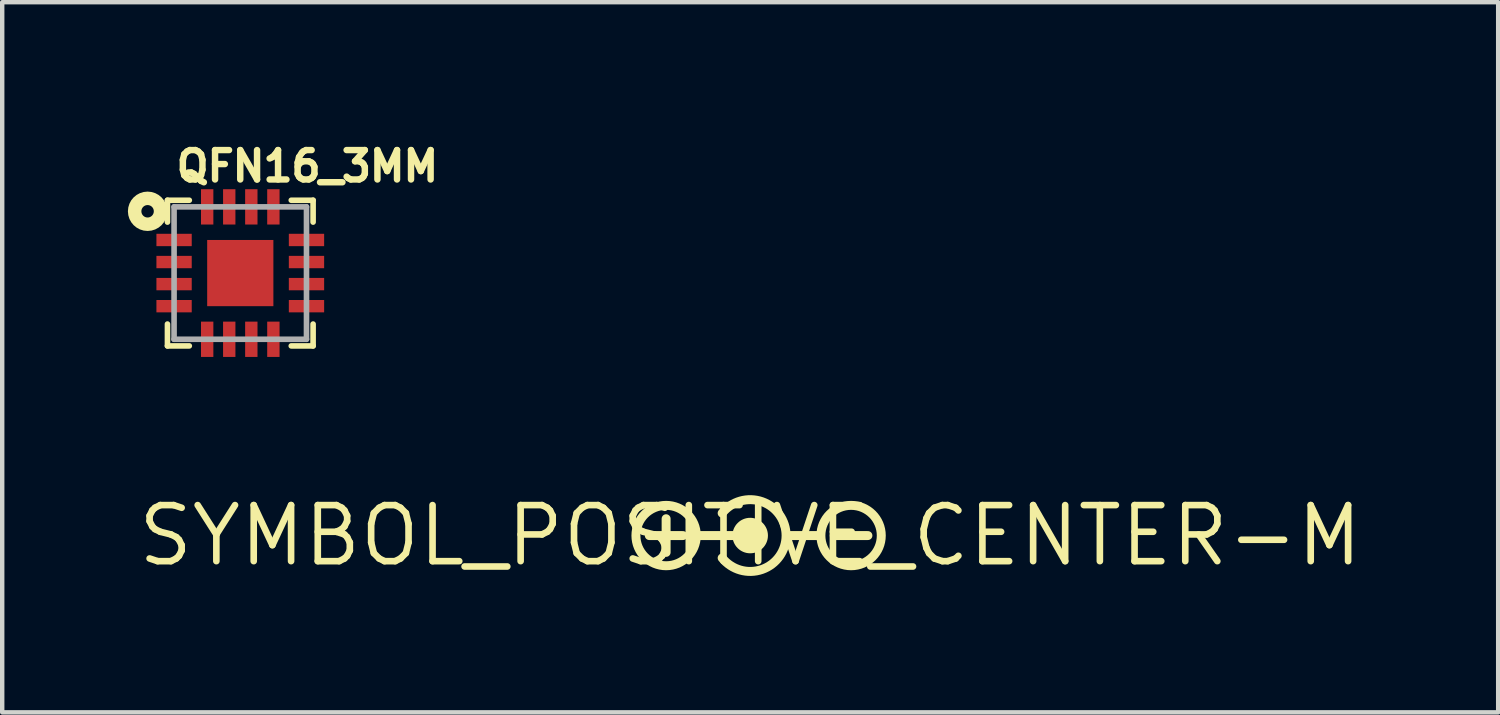
<source format=kicad_pcb>
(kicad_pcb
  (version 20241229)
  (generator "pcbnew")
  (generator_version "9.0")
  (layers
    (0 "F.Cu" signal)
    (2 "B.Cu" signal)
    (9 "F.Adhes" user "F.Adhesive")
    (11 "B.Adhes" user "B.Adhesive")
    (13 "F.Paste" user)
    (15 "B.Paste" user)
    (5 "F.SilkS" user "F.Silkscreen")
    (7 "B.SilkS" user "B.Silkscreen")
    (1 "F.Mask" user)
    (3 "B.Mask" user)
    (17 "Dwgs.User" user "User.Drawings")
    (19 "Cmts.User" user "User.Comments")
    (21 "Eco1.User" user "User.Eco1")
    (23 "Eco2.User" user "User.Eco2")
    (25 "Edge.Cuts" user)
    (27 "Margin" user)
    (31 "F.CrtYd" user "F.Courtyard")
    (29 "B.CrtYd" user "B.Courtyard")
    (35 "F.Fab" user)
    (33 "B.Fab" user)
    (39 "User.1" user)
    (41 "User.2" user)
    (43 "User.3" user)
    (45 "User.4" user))
  (footprint "SYMBOL_POSITIVE_CENTER-M"
    (layer "F.Cu")
    (at 13.947 9.084)
    (property "Reference" "SYMBOL_POSITIVE_CENTER-M" (at 0 0 0) (layer "F.SilkS") (effects (font (size 1.27 1.27) (thickness 0.15))))
    (fp_line (start -2.286 0) (end -1.524 0) (stroke (width 0.203) (type solid)) (layer "F.SilkS"))
    (fp_line (start -1.905 -0.381) (end -1.905 0.381) (stroke (width 0.203) (type solid)) (layer "F.SilkS"))
    (fp_line (start 0 0) (end -1.143 0) (stroke (width 0.203) (type solid)) (layer "F.SilkS"))
    (fp_line (start 0.889 0) (end 1.524 0) (stroke (width 0.203) (type solid)) (layer "F.SilkS"))
    (fp_line (start 1.905 0) (end 2.667 0) (stroke (width 0.203) (type solid)) (layer "F.SilkS"))
    (fp_arc (start -0.635 -0.508) (mid 0.813197 0) (end -0.635 0.508) (stroke (width 0.2032) (type solid)) (layer "F.SilkS"))
    (fp_circle (center -1.905 0) (end -1.221 0) (stroke (width 0.203) (type solid)) (fill no) (layer "F.SilkS"))
    (fp_circle (center 0 0) (end 0.201 0) (stroke (width 0.402) (type solid)) (fill yes) (layer "F.SilkS"))
    (fp_circle (center 2.286 0) (end 2.97 0) (stroke (width 0.203) (type solid)) (fill no) (layer "F.SilkS")))
  (footprint "QFN16_3MM"
    (layer "F.Cu")
    (at 2.394 3.137)
    (property "Reference" "QFN16_3MM" (at -1.524 -2.032 0) (layer "F.SilkS") (effects (font (size 0.666 0.666) (thickness 0.146)) (justify left bottom)))
    (fp_poly (pts (xy -1.94 -0.575) (xy -1.06 -0.575) (xy -1.06 -0.925) (xy -1.94 -0.925)) (stroke (width 0) (type default)) (fill yes) (layer "F.Mask"))
    (fp_poly (pts (xy -1.94 -0.075) (xy -1.06 -0.075) (xy -1.06 -0.425) (xy -1.94 -0.425)) (stroke (width 0) (type default)) (fill yes) (layer "F.Mask"))
    (fp_poly (pts (xy -1.94 0.425) (xy -1.06 0.425) (xy -1.06 0.075) (xy -1.94 0.075)) (stroke (width 0) (type default)) (fill yes) (layer "F.Mask"))
    (fp_poly (pts (xy -1.94 0.925) (xy -1.06 0.925) (xy -1.06 0.575) (xy -1.94 0.575)) (stroke (width 0) (type default)) (fill yes) (layer "F.Mask"))
    (fp_poly (pts (xy -0.925 -1.94) (xy -0.925 -1.06) (xy -0.575 -1.06) (xy -0.575 -1.94)) (stroke (width 0) (type default)) (fill yes) (layer "F.Mask"))
    (fp_poly (pts (xy -0.575 1.94) (xy -0.575 1.06) (xy -0.925 1.06) (xy -0.925 1.94)) (stroke (width 0) (type default)) (fill yes) (layer "F.Mask"))
    (fp_poly (pts (xy -0.425 -1.94) (xy -0.425 -1.06) (xy -0.075 -1.06) (xy -0.075 -1.94)) (stroke (width 0) (type default)) (fill yes) (layer "F.Mask"))
    (fp_poly (pts (xy -0.075 1.94) (xy -0.075 1.06) (xy -0.425 1.06) (xy -0.425 1.94)) (stroke (width 0) (type default)) (fill yes) (layer "F.Mask"))
    (fp_poly (pts (xy 0.075 -1.94) (xy 0.075 -1.06) (xy 0.425 -1.06) (xy 0.425 -1.94)) (stroke (width 0) (type default)) (fill yes) (layer "F.Mask"))
    (fp_poly (pts (xy 0.425 1.94) (xy 0.425 1.06) (xy 0.075 1.06) (xy 0.075 1.94)) (stroke (width 0) (type default)) (fill yes) (layer "F.Mask"))
    (fp_poly (pts (xy 0.575 -1.94) (xy 0.575 -1.06) (xy 0.925 -1.06) (xy 0.925 -1.94)) (stroke (width 0) (type default)) (fill yes) (layer "F.Mask"))
    (fp_poly (pts (xy 0.925 1.94) (xy 0.925 1.06) (xy 0.575 1.06) (xy 0.575 1.94)) (stroke (width 0) (type default)) (fill yes) (layer "F.Mask"))
    (fp_poly (pts (xy 1.94 -0.925) (xy 1.06 -0.925) (xy 1.06 -0.575) (xy 1.94 -0.575)) (stroke (width 0) (type default)) (fill yes) (layer "F.Mask"))
    (fp_poly (pts (xy 1.94 -0.425) (xy 1.06 -0.425) (xy 1.06 -0.075) (xy 1.94 -0.075)) (stroke (width 0) (type default)) (fill yes) (layer "F.Mask"))
    (fp_poly (pts (xy 1.94 0.075) (xy 1.06 0.075) (xy 1.06 0.425) (xy 1.94 0.425)) (stroke (width 0) (type default)) (fill yes) (layer "F.Mask"))
    (fp_poly (pts (xy 1.94 0.575) (xy 1.06 0.575) (xy 1.06 0.925) (xy 1.94 0.925)) (stroke (width 0) (type default)) (fill yes) (layer "F.Mask"))
    (fp_line (start -1.65 -1.65) (end -1.65 -1.155) (stroke (width 0.127) (type solid)) (layer "F.SilkS"))
    (fp_line (start -1.65 1.155) (end -1.65 1.65) (stroke (width 0.127) (type solid)) (layer "F.SilkS"))
    (fp_line (start -1.65 1.65) (end -1.155 1.65) (stroke (width 0.127) (type solid)) (layer "F.SilkS"))
    (fp_line (start -1.155 -1.65) (end -1.65 -1.65) (stroke (width 0.127) (type solid)) (layer "F.SilkS"))
    (fp_line (start 1.155 -1.65) (end 1.65 -1.65) (stroke (width 0.127) (type solid)) (layer "F.SilkS"))
    (fp_line (start 1.65 -1.65) (end 1.65 -1.155) (stroke (width 0.127) (type solid)) (layer "F.SilkS"))
    (fp_line (start 1.65 1.155) (end 1.65 1.65) (stroke (width 0.127) (type solid)) (layer "F.SilkS"))
    (fp_line (start 1.65 1.65) (end 1.155 1.65) (stroke (width 0.127) (type solid)) (layer "F.SilkS"))
    (fp_circle (center -2.1 -1.4) (end -1.959 -1.4) (stroke (width 0.305) (type solid)) (fill no) (layer "F.SilkS"))
    (fp_poly (pts (xy 0.572 0.572) (xy -0.572 0.572) (xy -0.572 -0.572) (xy 0.572 -0.572)) (stroke (width 0) (type default)) (fill yes) (layer "F.Paste"))
    (fp_line (start -1.5 -1.5) (end 1.5 -1.5) (stroke (width 0.127) (type solid)) (layer "F.Fab"))
    (fp_line (start -1.5 1.5) (end -1.5 -1.5) (stroke (width 0.127) (type solid)) (layer "F.Fab"))
    (fp_line (start 1.5 -1.5) (end 1.5 1.5) (stroke (width 0.127) (type solid)) (layer "F.Fab"))
    (fp_line (start 1.5 1.5) (end -1.5 1.5) (stroke (width 0.127) (type solid)) (layer "F.Fab"))
    (pad "1" smd rect (at -1.5 -0.75) (size 0.8 0.28) (layers "F.Cu" "F.Paste"))
    (pad "2" smd rect (at -1.5 -0.25) (size 0.8 0.28) (layers "F.Cu" "F.Paste"))
    (pad "3" smd rect (at -1.5 0.25) (size 0.8 0.28) (layers "F.Cu" "F.Paste"))
    (pad "4" smd rect (at -1.5 0.75) (size 0.8 0.28) (layers "F.Cu" "F.Paste"))
    (pad "5" smd rect (at -0.75 1.5 90) (size 0.8 0.28) (layers "F.Cu" "F.Paste"))
    (pad "6" smd rect (at -0.25 1.5 90) (size 0.8 0.28) (layers "F.Cu" "F.Paste"))
    (pad "7" smd rect (at 0.25 1.5 90) (size 0.8 0.28) (layers "F.Cu" "F.Paste"))
    (pad "8" smd rect (at 0.75 1.5 90) (size 0.8 0.28) (layers "F.Cu" "F.Paste"))
    (pad "9" smd rect (at 1.5 0.75 180) (size 0.8 0.28) (layers "F.Cu" "F.Paste"))
    (pad "10" smd rect (at 1.5 0.25 180) (size 0.8 0.28) (layers "F.Cu" "F.Paste"))
    (pad "11" smd rect (at 1.5 -0.25 180) (size 0.8 0.28) (layers "F.Cu" "F.Paste"))
    (pad "12" smd rect (at 1.5 -0.75 180) (size 0.8 0.28) (layers "F.Cu" "F.Paste"))
    (pad "13" smd rect (at 0.75 -1.5 270) (size 0.8 0.28) (layers "F.Cu" "F.Paste"))
    (pad "14" smd rect (at 0.25 -1.5 270) (size 0.8 0.28) (layers "F.Cu" "F.Paste"))
    (pad "15" smd rect (at -0.25 -1.5 270) (size 0.8 0.28) (layers "F.Cu" "F.Paste"))
    (pad "16" smd rect (at -0.75 -1.5 270) (size 0.8 0.28) (layers "F.Cu" "F.Paste"))
    (pad "THERMAL" smd rect (at 0 0) (size 1.5 1.5) (layers "F.Cu" "F.Mask")))
  (gr_rect
    (start -3 -3)
    (end 30.894 13.09)
    (stroke (width 0.1) (type default))
    (fill no)
    (layer "Edge.Cuts")))
</source>
